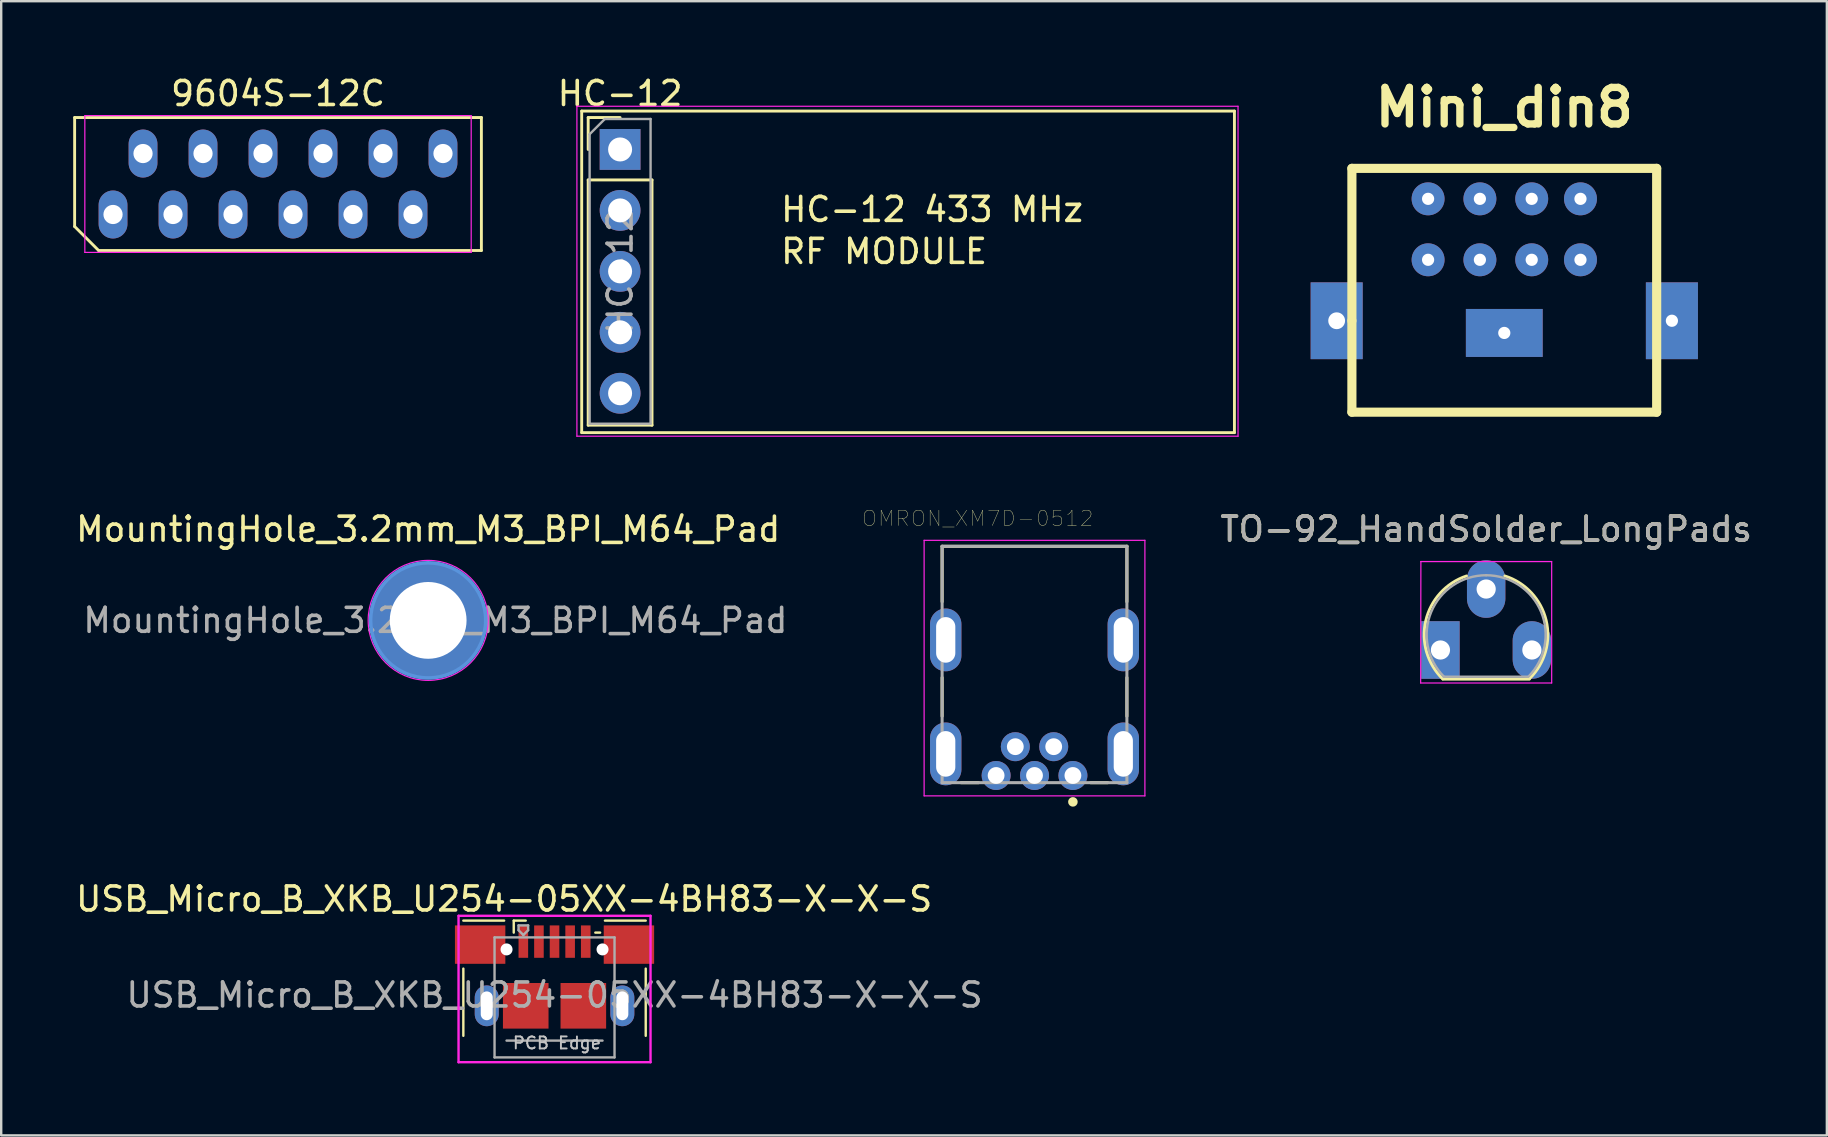
<source format=kicad_pcb>
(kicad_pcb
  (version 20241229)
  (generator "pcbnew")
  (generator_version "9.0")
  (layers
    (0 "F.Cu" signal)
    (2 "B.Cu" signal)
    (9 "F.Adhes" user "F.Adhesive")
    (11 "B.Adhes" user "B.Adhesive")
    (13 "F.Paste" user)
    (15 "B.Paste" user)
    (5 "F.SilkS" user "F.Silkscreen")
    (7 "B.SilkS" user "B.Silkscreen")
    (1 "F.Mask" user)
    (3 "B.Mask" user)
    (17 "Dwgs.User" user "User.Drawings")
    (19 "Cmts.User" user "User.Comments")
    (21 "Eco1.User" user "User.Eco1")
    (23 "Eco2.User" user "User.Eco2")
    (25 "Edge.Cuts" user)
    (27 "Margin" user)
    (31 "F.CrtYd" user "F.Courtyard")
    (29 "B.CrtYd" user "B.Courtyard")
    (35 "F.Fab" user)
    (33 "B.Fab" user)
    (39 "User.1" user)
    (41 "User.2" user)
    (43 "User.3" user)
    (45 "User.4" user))
  (footprint "TO-92_HandSolder_LongPads"
    (layer "F.Cu")
    (at 57.61 23.401)
    (property "Reference" "TO-92_HandSolder_LongPads" (at 1.27 -4.4 0) (layer "F.SilkS") (effects (font (size 1 1) (thickness 0.15))))
    (attr through_hole)
    (fp_line (start -0.53 1.85) (end 3.07 1.85) (stroke (width 0.12) (type solid)) (layer "F.SilkS"))
    (fp_arc (start -0.541875 1.841741) (mid -1.247231 -0.581764) (end 0.45 -2.45) (stroke (width 0.12) (type solid)) (layer "F.SilkS"))
    (fp_arc (start 2.05 -2.45) (mid 3.769931 -0.601036) (end 3.078445 1.827684) (stroke (width 0.12) (type solid)) (layer "F.SilkS"))
    (fp_line (start -1.46 -3.05) (end 4 -3.05) (stroke (width 0.05) (type solid)) (layer "F.CrtYd"))
    (fp_line (start -1.45 -3.05) (end -1.46 2.01) (stroke (width 0.05) (type solid)) (layer "F.CrtYd"))
    (fp_line (start 4 2.01) (end -1.46 2.01) (stroke (width 0.05) (type solid)) (layer "F.CrtYd"))
    (fp_line (start 4 2.01) (end 4 -3.05) (stroke (width 0.05) (type solid)) (layer "F.CrtYd"))
    (fp_line (start -0.5 1.75) (end 3 1.75) (stroke (width 0.1) (type solid)) (layer "F.Fab"))
    (fp_arc (start -0.483625 1.753625) (mid -1.021221 -0.949055) (end 1.27 -2.48) (stroke (width 0.1) (type solid)) (layer "F.Fab"))
    (fp_arc (start 1.27 -2.48) (mid 3.561221 -0.949055) (end 3.023625 1.753625) (stroke (width 0.1) (type solid)) (layer "F.Fab"))
    (fp_text user "${REFERENCE}" (at 1.27 -4.4 0) (layer "F.Fab") (effects (font (size 1 1) (thickness 0.15))))
    (pad "1" thru_hole rect (at -0.635 0.635 90) (size 2.4 1.6) (drill 0.8) (layers "*.Cu" "*.Mask"))
    (pad "2" thru_hole oval (at 1.27 -1.905 90) (size 2.4 1.6) (drill 0.8) (layers "*.Cu" "*.Mask"))
    (pad "3" thru_hole oval (at 3.175 0.635 90) (size 2.4 1.6) (drill 0.8) (layers "*.Cu" "*.Mask")))
  (footprint "MountingHole_3.2mm_M3_BPI_M64_Pad"
    (layer "F.Cu")
    (at 14.792 22.802)
    (property "Reference" "MountingHole_3.2mm_M3_BPI_M64_Pad" (at 0 -3.8 0) (layer "F.SilkS") (effects (font (size 1 1) (thickness 0.15))))
    (attr exclude_from_pos_files exclude_from_bom)
    (fp_circle (center 0 0) (end 2.4 0) (stroke (width 0.15) (type solid)) (fill no) (layer "Cmts.User"))
    (fp_circle (center 0 0) (end 2.5 0) (stroke (width 0.05) (type solid)) (fill no) (layer "F.CrtYd"))
    (fp_text user "${REFERENCE}" (at 0.3 0 0) (layer "F.Fab") (effects (font (size 1 1) (thickness 0.15))))
    (pad "1" thru_hole circle (at 0 0) (size 4.8 4.8) (drill 3.2) (layers "*.Cu" "*.Mask")))
  (footprint "USB_Micro_B_XKB_U254-05XX-4BH83-X-X-S"
    (layer "F.Cu")
    (at 20.058 37.513)
    (property "Reference" "USB_Micro_B_XKB_U254-05XX-4BH83-X-X-S" (at -2.1 -3.1 0) (layer "F.SilkS") (effects (font (size 1 1) (thickness 0.15))))
    (attr through_hole)
    (fp_line (start -3.8 -0.2) (end -3.8 2.6) (stroke (width 0.1) (type solid)) (layer "F.SilkS"))
    (fp_line (start -2.1 -2.2) (end -3.8 -2.2) (stroke (width 0.1) (type solid)) (layer "F.SilkS"))
    (fp_line (start -1.7 -2.2) (end -1.2 -2.2) (stroke (width 0.1) (type solid)) (layer "F.SilkS"))
    (fp_line (start -1.7 -1.7) (end -1.7 -2.2) (stroke (width 0.1) (type solid)) (layer "F.SilkS"))
    (fp_line (start 1.9 -1.7) (end 1.7 -1.7) (stroke (width 0.1) (type solid)) (layer "F.SilkS"))
    (fp_line (start 2.1 -2.2) (end 3.8 -2.2) (stroke (width 0.1) (type solid)) (layer "F.SilkS"))
    (fp_line (start 3.8 2.6) (end 3.8 -0.2) (stroke (width 0.1) (type solid)) (layer "F.SilkS"))
    (fp_line (start -4 -2.4) (end 4 -2.4) (stroke (width 0.1) (type solid)) (layer "F.CrtYd"))
    (fp_line (start -4 3.7) (end -4 -2.4) (stroke (width 0.1) (type solid)) (layer "F.CrtYd"))
    (fp_line (start 4 -2.4) (end 4 3.7) (stroke (width 0.1) (type solid)) (layer "F.CrtYd"))
    (fp_line (start 4 3.7) (end -4 3.7) (stroke (width 0.1) (type solid)) (layer "F.CrtYd"))
    (fp_line (start -2.5 -1.5) (end 2.5 -1.5) (stroke (width 0.1) (type solid)) (layer "F.Fab"))
    (fp_line (start -2.5 3.5) (end -2.5 -1.5) (stroke (width 0.1) (type solid)) (layer "F.Fab"))
    (fp_line (start -2 2.8) (end 2 2.8) (stroke (width 0.1) (type solid)) (layer "F.Fab"))
    (fp_line (start -1.5 -2) (end -1.5 -1.8) (stroke (width 0.1) (type solid)) (layer "F.Fab"))
    (fp_line (start -1.5 -1.8) (end -1.3 -1.6) (stroke (width 0.1) (type solid)) (layer "F.Fab"))
    (fp_line (start -1.3 -1.6) (end -1.1 -1.8) (stroke (width 0.1) (type solid)) (layer "F.Fab"))
    (fp_line (start -1.1 -2) (end -1.5 -2) (stroke (width 0.1) (type solid)) (layer "F.Fab"))
    (fp_line (start -1.1 -1.8) (end -1.1 -2) (stroke (width 0.1) (type solid)) (layer "F.Fab"))
    (fp_line (start 2.5 -1.5) (end 2.5 3.5) (stroke (width 0.1) (type solid)) (layer "F.Fab"))
    (fp_line (start 2.5 3.5) (end -2.5 3.5) (stroke (width 0.1) (type solid)) (layer "F.Fab"))
    (fp_text user "PCB Edge" (at 0.1 2.9 0) (layer "Dwgs.User") (effects (font (size 0.5 0.5) (thickness 0.08))))
    (fp_text user "${REFERENCE}" (at 0 0.9 0) (layer "F.Fab") (effects (font (size 1 1) (thickness 0.15))))
    (pad "" np_thru_hole circle (at -2 -1) (size 0.5 0.5) (drill 0.5) (layers "*.Cu" "*.Mask"))
    (pad "" np_thru_hole circle (at 2 -1) (size 0.5 0.5) (drill 0.5) (layers "*.Cu" "*.Mask"))
    (pad "1" smd rect (at -1.3 -1.325) (size 0.4 1.35) (layers "F.Cu" "F.Mask" "F.Paste"))
    (pad "2" smd rect (at -0.65 -1.325) (size 0.4 1.35) (layers "F.Cu" "F.Mask" "F.Paste"))
    (pad "3" smd rect (at 0 -1.325) (size 0.4 1.35) (layers "F.Cu" "F.Mask" "F.Paste"))
    (pad "4" smd rect (at 0.65 -1.325) (size 0.4 1.35) (layers "F.Cu" "F.Mask" "F.Paste"))
    (pad "5" smd rect (at 1.3 -1.325) (size 0.4 1.35) (layers "F.Cu" "F.Mask" "F.Paste"))
    (pad "6" smd rect (at -3.1 -1.2) (size 2.1 1.6) (layers "F.Cu" "F.Mask" "F.Paste"))
    (pad "6" thru_hole oval (at -2.825 1.35) (size 1 1.7) (drill oval 0.5 1.2) (layers "*.Cu" "*.Mask"))
    (pad "6" smd rect (at -1.2 1.35) (size 1.9 1.9) (layers "F.Cu" "F.Mask" "F.Paste"))
    (pad "6" smd rect (at 1.2 1.35) (size 1.9 1.9) (layers "F.Cu" "F.Mask" "F.Paste"))
    (pad "6" thru_hole oval (at 2.825 1.35) (size 1 1.7) (drill oval 0.5 1.2) (layers "*.Cu" "*.Mask"))
    (pad "6" smd rect (at 3.1 -1.2) (size 2.1 1.6) (layers "F.Cu" "F.Mask" "F.Paste")))
  (footprint "HC-12"
    (layer "F.Cu")
    (at 22.79 3.178)
    (property "Reference" "HC-12" (at 0 -2.33 0) (layer "F.SilkS") (effects (font (size 1 1) (thickness 0.15))))
    (attr through_hole)
    (fp_line (start -1.6 -1.6) (end 25.6 -1.6) (stroke (width 0.12) (type solid)) (layer "F.SilkS"))
    (fp_line (start -1.6 11.8) (end -1.6 -1.6) (stroke (width 0.12) (type solid)) (layer "F.SilkS"))
    (fp_line (start -1.33 -1.33) (end 0 -1.33) (stroke (width 0.12) (type solid)) (layer "F.SilkS"))
    (fp_line (start -1.33 0) (end -1.33 -1.33) (stroke (width 0.12) (type solid)) (layer "F.SilkS"))
    (fp_line (start -1.33 1.27) (end -1.33 11.49) (stroke (width 0.12) (type solid)) (layer "F.SilkS"))
    (fp_line (start -1.33 1.27) (end 1.33 1.27) (stroke (width 0.12) (type solid)) (layer "F.SilkS"))
    (fp_line (start -1.33 11.49) (end 1.33 11.49) (stroke (width 0.12) (type solid)) (layer "F.SilkS"))
    (fp_line (start 1.33 1.27) (end 1.33 11.49) (stroke (width 0.12) (type solid)) (layer "F.SilkS"))
    (fp_line (start 25.6 -1.6) (end 25.6 11.8) (stroke (width 0.12) (type solid)) (layer "F.SilkS"))
    (fp_line (start 25.6 11.8) (end -1.6 11.8) (stroke (width 0.12) (type solid)) (layer "F.SilkS"))
    (fp_line (start -1.8 -1.8) (end -1.8 11.95) (stroke (width 0.05) (type solid)) (layer "F.CrtYd"))
    (fp_line (start -1.8 11.95) (end 25.75 11.95) (stroke (width 0.05) (type solid)) (layer "F.CrtYd"))
    (fp_line (start 25.75 -1.8) (end -1.8 -1.8) (stroke (width 0.05) (type solid)) (layer "F.CrtYd"))
    (fp_line (start 25.75 11.95) (end 25.75 -1.8) (stroke (width 0.05) (type solid)) (layer "F.CrtYd"))
    (fp_line (start -1.27 -0.635) (end -0.635 -1.27) (stroke (width 0.1) (type solid)) (layer "F.Fab"))
    (fp_line (start -1.27 11.43) (end -1.27 -0.635) (stroke (width 0.1) (type solid)) (layer "F.Fab"))
    (fp_line (start -0.635 -1.27) (end 1.27 -1.27) (stroke (width 0.1) (type solid)) (layer "F.Fab"))
    (fp_line (start 1.27 -1.27) (end 1.27 11.43) (stroke (width 0.1) (type solid)) (layer "F.Fab"))
    (fp_line (start 1.27 11.43) (end -1.27 11.43) (stroke (width 0.1) (type solid)) (layer "F.Fab"))
    (fp_text user "RF MODULE" (at 11 4.25 0) (layer "F.SilkS") (effects (font (size 1 1) (thickness 0.15))))
    (fp_text user "HC-12 433 MHz" (at 13 2.5 0) (layer "F.SilkS") (effects (font (size 1 1) (thickness 0.15))))
    (fp_text user "${REFERENCE}" (at 0 5.08 90) (layer "F.Fab") (effects (font (size 1 1) (thickness 0.15))))
    (pad "1" thru_hole rect (at 0 0) (size 1.7 1.7) (drill 1) (layers "*.Cu" "*.Mask"))
    (pad "2" thru_hole oval (at 0 2.54) (size 1.7 1.7) (drill 1) (layers "*.Cu" "*.Mask"))
    (pad "3" thru_hole oval (at 0 5.08) (size 1.7 1.7) (drill 1) (layers "*.Cu" "*.Mask"))
    (pad "4" thru_hole oval (at 0 7.62) (size 1.7 1.7) (drill 1) (layers "*.Cu" "*.Mask"))
    (pad "5" thru_hole oval (at 0 10.16) (size 1.7 1.7) (drill 1) (layers "*.Cu" "*.Mask")))
  (footprint "Mini_din8"
    (layer "F.Cu")
    (at 59.635 9.046)
    (property "Reference" "Mini_din8" (at 0 -7.62 0) (layer "F.SilkS") (effects (font (size 1.524 1.524) (thickness 0.305))))
    (attr through_hole)
    (fp_line (start -6.35 -5.08) (end 6.35 -5.08) (stroke (width 0.381) (type solid)) (layer "F.SilkS"))
    (fp_line (start -6.35 1.27) (end -6.35 -5.08) (stroke (width 0.381) (type solid)) (layer "F.SilkS"))
    (fp_line (start -6.35 5.08) (end -6.35 1.27) (stroke (width 0.381) (type solid)) (layer "F.SilkS"))
    (fp_line (start 6.35 -5.08) (end 6.35 5.08) (stroke (width 0.381) (type solid)) (layer "F.SilkS"))
    (fp_line (start 6.35 5.08) (end -6.35 5.08) (stroke (width 0.381) (type solid)) (layer "F.SilkS"))
    (pad "1" thru_hole circle (at 1.143 -1.27) (size 1.372 1.372) (drill 0.508) (layers "*.Cu" "*.Mask"))
    (pad "2" thru_hole circle (at -1.016 -1.27) (size 1.372 1.372) (drill 0.508) (layers "*.Cu" "*.Mask"))
    (pad "3" thru_hole circle (at 3.175 -1.27) (size 1.372 1.372) (drill 0.508) (layers "*.Cu" "*.Mask"))
    (pad "4" thru_hole circle (at -1.016 -3.81) (size 1.372 1.372) (drill 0.508) (layers "*.Cu" "*.Mask"))
    (pad "5" thru_hole circle (at -3.175 -1.27) (size 1.372 1.372) (drill 0.508) (layers "*.Cu" "*.Mask"))
    (pad "6" thru_hole circle (at 3.175 -3.81) (size 1.372 1.372) (drill 0.508) (layers "*.Cu" "*.Mask"))
    (pad "7" thru_hole circle (at 1.143 -3.81) (size 1.372 1.372) (drill 0.508) (layers "*.Cu" "*.Mask"))
    (pad "8" thru_hole circle (at -3.175 -3.81) (size 1.372 1.372) (drill 0.508) (layers "*.Cu" "*.Mask"))
    (pad "GND" thru_hole rect (at -6.985 1.27) (size 2.169 3.2) (drill 0.701) (layers "*.Cu" "*.Mask"))
    (pad "GND" thru_hole rect (at 0 1.778) (size 3.2 1.999) (drill 0.508) (layers "*.Cu" "*.Mask"))
    (pad "GND" thru_hole rect (at 6.985 1.27) (size 2.169 3.2) (drill 0.508) (layers "*.Cu" "*.Mask")))
  (footprint "OMRON_XM7D-0512"
    (layer "F.Cu")
    (at 40.059 28.365)
    (property "Reference" "OMRON_XM7D-0512" (at -2.369 -9.811 0) (layer "F.SilkS") (effects (font (size 0.64 0.64) (thickness 0.015))))
    (attr through_hole)
    (fp_line (start -3.85 -8.65) (end -3.85 -6.34) (stroke (width 0.127) (type solid)) (layer "F.SilkS"))
    (fp_line (start -3.85 -8.65) (end 3.85 -8.65) (stroke (width 0.127) (type solid)) (layer "F.SilkS"))
    (fp_line (start -3.85 -3.18) (end -3.85 -1.57) (stroke (width 0.127) (type solid)) (layer "F.SilkS"))
    (fp_line (start -3.06 1.2) (end -2.33 1.2) (stroke (width 0.127) (type solid)) (layer "F.SilkS"))
    (fp_line (start 2.34 1.2) (end 3.05 1.2) (stroke (width 0.127) (type solid)) (layer "F.SilkS"))
    (fp_line (start 3.85 -8.65) (end 3.85 -6.34) (stroke (width 0.127) (type solid)) (layer "F.SilkS"))
    (fp_line (start 3.85 -3.18) (end 3.85 -1.57) (stroke (width 0.127) (type solid)) (layer "F.SilkS"))
    (fp_circle (center 1.6 2) (end 1.7 2) (stroke (width 0.2) (type solid)) (fill no) (layer "F.SilkS"))
    (fp_line (start -4.6 -8.9) (end 4.6 -8.9) (stroke (width 0.05) (type solid)) (layer "F.CrtYd"))
    (fp_line (start -4.6 1.75) (end -4.6 -8.9) (stroke (width 0.05) (type solid)) (layer "F.CrtYd"))
    (fp_line (start 4.6 -8.9) (end 4.6 1.75) (stroke (width 0.05) (type solid)) (layer "F.CrtYd"))
    (fp_line (start 4.6 1.75) (end -4.6 1.75) (stroke (width 0.05) (type solid)) (layer "F.CrtYd"))
    (fp_line (start -3.85 -8.65) (end 3.85 -8.65) (stroke (width 0.127) (type solid)) (layer "F.Fab"))
    (fp_line (start -3.85 1.2) (end -3.85 -8.65) (stroke (width 0.127) (type solid)) (layer "F.Fab"))
    (fp_line (start 3.85 -8.65) (end 3.85 1.2) (stroke (width 0.127) (type solid)) (layer "F.Fab"))
    (fp_line (start 3.85 1.2) (end -3.85 1.2) (stroke (width 0.127) (type solid)) (layer "F.Fab"))
    (pad "1" thru_hole circle (at 1.6 0.9) (size 1.208 1.208) (drill 0.7) (layers "*.Cu" "*.Mask"))
    (pad "2" thru_hole circle (at 0.8 -0.3) (size 1.208 1.208) (drill 0.7) (layers "*.Cu" "*.Mask"))
    (pad "3" thru_hole circle (at 0 0.9) (size 1.208 1.208) (drill 0.7) (layers "*.Cu" "*.Mask"))
    (pad "4" thru_hole circle (at -0.8 -0.3) (size 1.208 1.208) (drill 0.7) (layers "*.Cu" "*.Mask"))
    (pad "5" thru_hole circle (at -1.6 0.9) (size 1.208 1.208) (drill 0.7) (layers "*.Cu" "*.Mask"))
    (pad "SH1" thru_hole oval (at -3.7 -4.75) (size 1.308 2.616) (drill oval 0.8 1.9) (layers "*.Cu" "*.Mask"))
    (pad "SH2" thru_hole oval (at -3.7 0) (size 1.308 2.616) (drill oval 0.8 1.9) (layers "*.Cu" "*.Mask"))
    (pad "SH3" thru_hole oval (at 3.7 0) (size 1.308 2.616) (drill oval 0.8 1.9) (layers "*.Cu" "*.Mask"))
    (pad "SH4" thru_hole oval (at 3.7 -4.75) (size 1.308 2.616) (drill oval 0.8 1.9) (layers "*.Cu" "*.Mask")))
  (footprint "9604S-12C"
    (layer "F.Cu")
    (at 8.535 4.618)
    (property "Reference" "9604S-12C" (at 0 -3.77 0) (layer "F.SilkS") (effects (font (size 1 1) (thickness 0.15))))
    (attr through_hole)
    (fp_line (start -8.475 -2.77) (end 8.475 -2.77) (stroke (width 0.12) (type solid)) (layer "F.SilkS"))
    (fp_line (start -8.475 1.77) (end -8.475 -2.77) (stroke (width 0.12) (type solid)) (layer "F.SilkS"))
    (fp_line (start -7.475 2.77) (end -8.475 1.77) (stroke (width 0.12) (type solid)) (layer "F.SilkS"))
    (fp_line (start 8.475 -2.77) (end 8.475 2.77) (stroke (width 0.12) (type solid)) (layer "F.SilkS"))
    (fp_line (start 8.475 2.77) (end -7.475 2.77) (stroke (width 0.12) (type solid)) (layer "F.SilkS"))
    (fp_line (start -8.05 -2.85) (end 8.05 -2.85) (stroke (width 0.05) (type solid)) (layer "F.CrtYd"))
    (fp_line (start -8.05 2.85) (end -8.05 -2.85) (stroke (width 0.05) (type solid)) (layer "F.CrtYd"))
    (fp_line (start 8.05 -2.85) (end 8.05 2.85) (stroke (width 0.05) (type solid)) (layer "F.CrtYd"))
    (fp_line (start 8.05 2.85) (end -8.05 2.85) (stroke (width 0.05) (type solid)) (layer "F.CrtYd"))
    (pad "1" thru_hole oval (at -6.875 1.27) (size 1.2 2) (drill 0.8) (layers "*.Cu" "*.Mask"))
    (pad "2" thru_hole oval (at -5.625 -1.27) (size 1.2 2) (drill 0.8) (layers "*.Cu" "*.Mask"))
    (pad "3" thru_hole oval (at -4.375 1.27) (size 1.2 2) (drill 0.8) (layers "*.Cu" "*.Mask"))
    (pad "4" thru_hole oval (at -3.125 -1.27) (size 1.2 2) (drill 0.8) (layers "*.Cu" "*.Mask"))
    (pad "5" thru_hole oval (at -1.875 1.27) (size 1.2 2) (drill 0.8) (layers "*.Cu" "*.Mask"))
    (pad "6" thru_hole oval (at -0.625 -1.27) (size 1.2 2) (drill 0.8) (layers "*.Cu" "*.Mask"))
    (pad "7" thru_hole oval (at 0.625 1.27) (size 1.2 2) (drill 0.8) (layers "*.Cu" "*.Mask"))
    (pad "8" thru_hole oval (at 1.875 -1.27) (size 1.2 2) (drill 0.8) (layers "*.Cu" "*.Mask"))
    (pad "9" thru_hole oval (at 3.125 1.27) (size 1.2 2) (drill 0.8) (layers "*.Cu" "*.Mask"))
    (pad "10" thru_hole oval (at 4.375 -1.27) (size 1.2 2) (drill 0.8) (layers "*.Cu" "*.Mask"))
    (pad "11" thru_hole oval (at 5.625 1.27) (size 1.2 2) (drill 0.8) (layers "*.Cu" "*.Mask"))
    (pad "12" thru_hole oval (at 6.875 -1.27) (size 1.2 2) (drill 0.8) (layers "*.Cu" "*.Mask")))
  (gr_rect
    (start -3 -3)
    (end 73.077 44.263)
    (stroke (width 0.1) (type default))
    (fill no)
    (layer "Edge.Cuts")))
</source>
